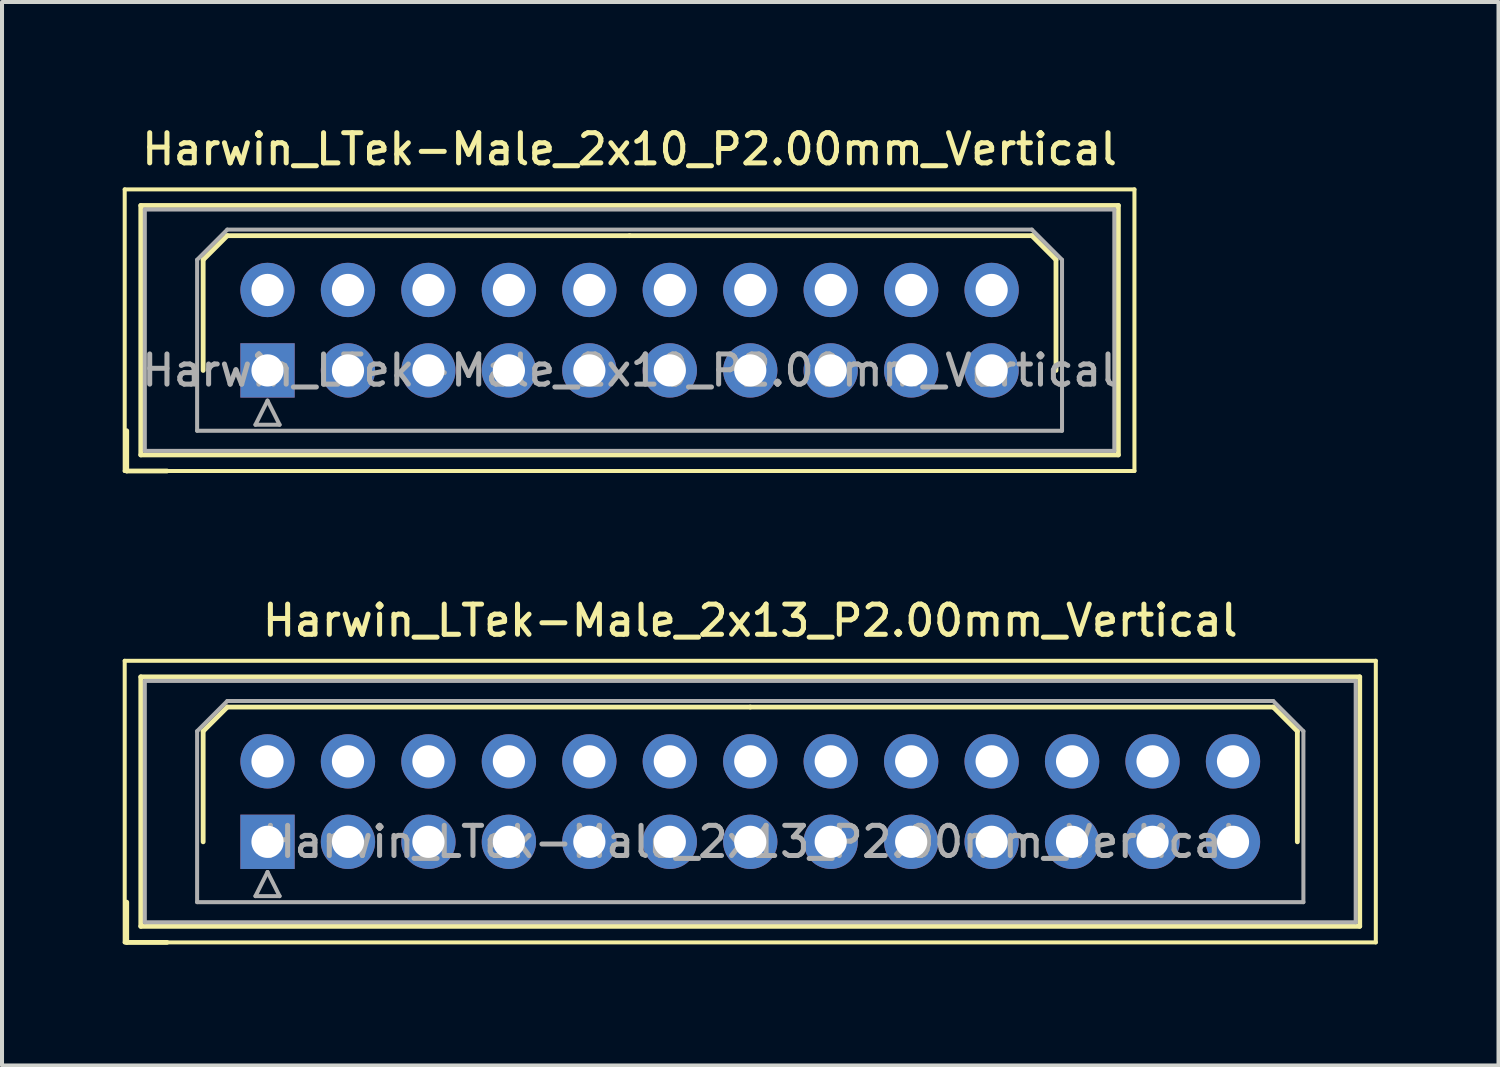
<source format=kicad_pcb>
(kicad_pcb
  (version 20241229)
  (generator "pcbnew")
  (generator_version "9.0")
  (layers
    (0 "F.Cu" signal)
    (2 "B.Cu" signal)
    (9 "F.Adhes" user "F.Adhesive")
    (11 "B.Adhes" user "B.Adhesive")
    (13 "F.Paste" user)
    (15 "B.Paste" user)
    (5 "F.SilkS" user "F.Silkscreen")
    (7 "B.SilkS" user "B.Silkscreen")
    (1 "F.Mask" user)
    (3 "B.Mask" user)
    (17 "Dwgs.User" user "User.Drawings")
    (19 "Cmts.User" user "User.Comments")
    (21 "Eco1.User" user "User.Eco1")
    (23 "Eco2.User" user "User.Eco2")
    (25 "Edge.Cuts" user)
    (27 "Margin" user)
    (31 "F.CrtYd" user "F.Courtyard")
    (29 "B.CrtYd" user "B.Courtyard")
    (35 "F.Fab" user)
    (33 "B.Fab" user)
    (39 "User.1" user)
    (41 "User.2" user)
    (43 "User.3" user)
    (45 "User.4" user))
  (footprint "Harwin_LTek-Male_2x13_P2.00mm_Vertical"
    (layer "F.Cu")
    (at 3.6 17.876)
    (property "Reference" "Harwin_LTek-Male_2x13_P2.00mm_Vertical" (at 12 -5.5 0) (layer "F.SilkS") (effects (font (size 0.75 0.75) (thickness 0.125))))
    (attr through_hole)
    (fp_line (start -3.55 -4.5) (end -3.55 2.5) (stroke (width 0.1) (type solid)) (layer "F.SilkS"))
    (fp_line (start -3.55 2.5) (end 27.55 2.5) (stroke (width 0.1) (type solid)) (layer "F.SilkS"))
    (fp_line (start -3.5 1.5) (end -3.5 2.5) (stroke (width 0.12) (type solid)) (layer "F.SilkS"))
    (fp_line (start -3.5 2.5) (end -2.5 2.5) (stroke (width 0.12) (type solid)) (layer "F.SilkS"))
    (fp_line (start -3.15 -4.1) (end -3.15 2.1) (stroke (width 0.12) (type solid)) (layer "F.SilkS"))
    (fp_line (start -3.15 2.1) (end 27.15 2.1) (stroke (width 0.12) (type solid)) (layer "F.SilkS"))
    (fp_line (start -1.6 -2.75) (end -1 -3.35) (stroke (width 0.12) (type solid)) (layer "F.SilkS"))
    (fp_line (start -1.6 0) (end -1.6 -2.75) (stroke (width 0.12) (type solid)) (layer "F.SilkS"))
    (fp_line (start -1 -3.35) (end 12 -3.35) (stroke (width 0.12) (type solid)) (layer "F.SilkS"))
    (fp_line (start 25 -3.35) (end 12 -3.35) (stroke (width 0.12) (type solid)) (layer "F.SilkS"))
    (fp_line (start 25.6 -2.75) (end 25 -3.35) (stroke (width 0.12) (type solid)) (layer "F.SilkS"))
    (fp_line (start 25.6 0) (end 25.6 -2.75) (stroke (width 0.12) (type solid)) (layer "F.SilkS"))
    (fp_line (start 27.15 -4.1) (end -3.15 -4.1) (stroke (width 0.12) (type solid)) (layer "F.SilkS"))
    (fp_line (start 27.15 2.1) (end 27.15 -4.1) (stroke (width 0.12) (type solid)) (layer "F.SilkS"))
    (fp_line (start 27.55 -4.5) (end -3.55 -4.5) (stroke (width 0.1) (type solid)) (layer "F.SilkS"))
    (fp_line (start 27.55 2.5) (end 27.55 -4.5) (stroke (width 0.1) (type solid)) (layer "F.SilkS"))
    (fp_line (start -3.05 -4) (end -3.05 2) (stroke (width 0.1) (type solid)) (layer "F.Fab"))
    (fp_line (start -3.05 2) (end 27.05 2) (stroke (width 0.1) (type solid)) (layer "F.Fab"))
    (fp_line (start -1.75 -2.75) (end -1 -3.5) (stroke (width 0.1) (type solid)) (layer "F.Fab"))
    (fp_line (start -1.75 1.5) (end -1.75 -2.75) (stroke (width 0.1) (type solid)) (layer "F.Fab"))
    (fp_line (start -1 -3.5) (end 25 -3.5) (stroke (width 0.1) (type solid)) (layer "F.Fab"))
    (fp_line (start -0.3 1.35) (end 0.3 1.35) (stroke (width 0.1) (type solid)) (layer "F.Fab"))
    (fp_line (start 0 0.75) (end -0.3 1.35) (stroke (width 0.1) (type solid)) (layer "F.Fab"))
    (fp_line (start 0.3 1.35) (end 0 0.75) (stroke (width 0.1) (type solid)) (layer "F.Fab"))
    (fp_line (start 25 -3.5) (end 25.75 -2.75) (stroke (width 0.1) (type solid)) (layer "F.Fab"))
    (fp_line (start 25.75 -2.75) (end 25.75 1.5) (stroke (width 0.1) (type solid)) (layer "F.Fab"))
    (fp_line (start 25.75 1.5) (end -1.75 1.5) (stroke (width 0.1) (type solid)) (layer "F.Fab"))
    (fp_line (start 27.05 -4) (end -3.05 -4) (stroke (width 0.1) (type solid)) (layer "F.Fab"))
    (fp_line (start 27.05 2) (end 27.05 -4) (stroke (width 0.1) (type solid)) (layer "F.Fab"))
    (fp_text user "${REFERENCE}" (at 12 0 0) (layer "F.Fab") (effects (font (size 0.75 0.75) (thickness 0.125))))
    (pad "1" thru_hole rect (at 0 0) (size 1.35 1.35) (drill 0.8) (layers "*.Cu" "*.Mask"))
    (pad "2" thru_hole circle (at 0 -2) (size 1.35 1.35) (drill 0.8) (layers "*.Cu" "*.Mask"))
    (pad "3" thru_hole circle (at 2 0) (size 1.35 1.35) (drill 0.8) (layers "*.Cu" "*.Mask"))
    (pad "4" thru_hole circle (at 2 -2) (size 1.35 1.35) (drill 0.8) (layers "*.Cu" "*.Mask"))
    (pad "5" thru_hole circle (at 4 0) (size 1.35 1.35) (drill 0.8) (layers "*.Cu" "*.Mask"))
    (pad "6" thru_hole circle (at 4 -2) (size 1.35 1.35) (drill 0.8) (layers "*.Cu" "*.Mask"))
    (pad "7" thru_hole circle (at 6 0) (size 1.35 1.35) (drill 0.8) (layers "*.Cu" "*.Mask"))
    (pad "8" thru_hole circle (at 6 -2) (size 1.35 1.35) (drill 0.8) (layers "*.Cu" "*.Mask"))
    (pad "9" thru_hole circle (at 8 0) (size 1.35 1.35) (drill 0.8) (layers "*.Cu" "*.Mask"))
    (pad "10" thru_hole circle (at 8 -2) (size 1.35 1.35) (drill 0.8) (layers "*.Cu" "*.Mask"))
    (pad "11" thru_hole circle (at 10 0) (size 1.35 1.35) (drill 0.8) (layers "*.Cu" "*.Mask"))
    (pad "12" thru_hole circle (at 10 -2) (size 1.35 1.35) (drill 0.8) (layers "*.Cu" "*.Mask"))
    (pad "13" thru_hole circle (at 12 0) (size 1.35 1.35) (drill 0.8) (layers "*.Cu" "*.Mask"))
    (pad "14" thru_hole circle (at 12 -2) (size 1.35 1.35) (drill 0.8) (layers "*.Cu" "*.Mask"))
    (pad "15" thru_hole circle (at 14 0) (size 1.35 1.35) (drill 0.8) (layers "*.Cu" "*.Mask"))
    (pad "16" thru_hole circle (at 14 -2) (size 1.35 1.35) (drill 0.8) (layers "*.Cu" "*.Mask"))
    (pad "17" thru_hole circle (at 16 0) (size 1.35 1.35) (drill 0.8) (layers "*.Cu" "*.Mask"))
    (pad "18" thru_hole circle (at 16 -2) (size 1.35 1.35) (drill 0.8) (layers "*.Cu" "*.Mask"))
    (pad "19" thru_hole circle (at 18 0) (size 1.35 1.35) (drill 0.8) (layers "*.Cu" "*.Mask"))
    (pad "20" thru_hole circle (at 18 -2) (size 1.35 1.35) (drill 0.8) (layers "*.Cu" "*.Mask"))
    (pad "21" thru_hole circle (at 20 0) (size 1.35 1.35) (drill 0.8) (layers "*.Cu" "*.Mask"))
    (pad "22" thru_hole circle (at 20 -2) (size 1.35 1.35) (drill 0.8) (layers "*.Cu" "*.Mask"))
    (pad "23" thru_hole circle (at 22 0) (size 1.35 1.35) (drill 0.8) (layers "*.Cu" "*.Mask"))
    (pad "24" thru_hole circle (at 22 -2) (size 1.35 1.35) (drill 0.8) (layers "*.Cu" "*.Mask"))
    (pad "25" thru_hole circle (at 24 0) (size 1.35 1.35) (drill 0.8) (layers "*.Cu" "*.Mask"))
    (pad "26" thru_hole circle (at 24 -2) (size 1.35 1.35) (drill 0.8) (layers "*.Cu" "*.Mask")))
  (footprint "Harwin_LTek-Male_2x10_P2.00mm_Vertical"
    (layer "F.Cu")
    (at 3.6 6.158)
    (property "Reference" "Harwin_LTek-Male_2x10_P2.00mm_Vertical" (at 9 -5.5 0) (layer "F.SilkS") (effects (font (size 0.75 0.75) (thickness 0.125))))
    (attr through_hole)
    (fp_line (start -3.55 -4.5) (end -3.55 2.5) (stroke (width 0.1) (type solid)) (layer "F.SilkS"))
    (fp_line (start -3.55 2.5) (end 21.55 2.5) (stroke (width 0.1) (type solid)) (layer "F.SilkS"))
    (fp_line (start -3.5 1.5) (end -3.5 2.5) (stroke (width 0.12) (type solid)) (layer "F.SilkS"))
    (fp_line (start -3.5 2.5) (end -2.5 2.5) (stroke (width 0.12) (type solid)) (layer "F.SilkS"))
    (fp_line (start -3.15 -4.1) (end -3.15 2.1) (stroke (width 0.12) (type solid)) (layer "F.SilkS"))
    (fp_line (start -3.15 2.1) (end 21.15 2.1) (stroke (width 0.12) (type solid)) (layer "F.SilkS"))
    (fp_line (start -1.6 -2.75) (end -1 -3.35) (stroke (width 0.12) (type solid)) (layer "F.SilkS"))
    (fp_line (start -1.6 0) (end -1.6 -2.75) (stroke (width 0.12) (type solid)) (layer "F.SilkS"))
    (fp_line (start -1 -3.35) (end 9 -3.35) (stroke (width 0.12) (type solid)) (layer "F.SilkS"))
    (fp_line (start 19 -3.35) (end 9 -3.35) (stroke (width 0.12) (type solid)) (layer "F.SilkS"))
    (fp_line (start 19.6 -2.75) (end 19 -3.35) (stroke (width 0.12) (type solid)) (layer "F.SilkS"))
    (fp_line (start 19.6 0) (end 19.6 -2.75) (stroke (width 0.12) (type solid)) (layer "F.SilkS"))
    (fp_line (start 21.15 -4.1) (end -3.15 -4.1) (stroke (width 0.12) (type solid)) (layer "F.SilkS"))
    (fp_line (start 21.15 2.1) (end 21.15 -4.1) (stroke (width 0.12) (type solid)) (layer "F.SilkS"))
    (fp_line (start 21.55 -4.5) (end -3.55 -4.5) (stroke (width 0.1) (type solid)) (layer "F.SilkS"))
    (fp_line (start 21.55 2.5) (end 21.55 -4.5) (stroke (width 0.1) (type solid)) (layer "F.SilkS"))
    (fp_line (start -3.05 -4) (end -3.05 2) (stroke (width 0.1) (type solid)) (layer "F.Fab"))
    (fp_line (start -3.05 2) (end 21.05 2) (stroke (width 0.1) (type solid)) (layer "F.Fab"))
    (fp_line (start -1.75 -2.75) (end -1 -3.5) (stroke (width 0.1) (type solid)) (layer "F.Fab"))
    (fp_line (start -1.75 1.5) (end -1.75 -2.75) (stroke (width 0.1) (type solid)) (layer "F.Fab"))
    (fp_line (start -1 -3.5) (end 19 -3.5) (stroke (width 0.1) (type solid)) (layer "F.Fab"))
    (fp_line (start -0.3 1.35) (end 0.3 1.35) (stroke (width 0.1) (type solid)) (layer "F.Fab"))
    (fp_line (start 0 0.75) (end -0.3 1.35) (stroke (width 0.1) (type solid)) (layer "F.Fab"))
    (fp_line (start 0.3 1.35) (end 0 0.75) (stroke (width 0.1) (type solid)) (layer "F.Fab"))
    (fp_line (start 19 -3.5) (end 19.75 -2.75) (stroke (width 0.1) (type solid)) (layer "F.Fab"))
    (fp_line (start 19.75 -2.75) (end 19.75 1.5) (stroke (width 0.1) (type solid)) (layer "F.Fab"))
    (fp_line (start 19.75 1.5) (end -1.75 1.5) (stroke (width 0.1) (type solid)) (layer "F.Fab"))
    (fp_line (start 21.05 -4) (end -3.05 -4) (stroke (width 0.1) (type solid)) (layer "F.Fab"))
    (fp_line (start 21.05 2) (end 21.05 -4) (stroke (width 0.1) (type solid)) (layer "F.Fab"))
    (fp_text user "${REFERENCE}" (at 9 0 0) (layer "F.Fab") (effects (font (size 0.75 0.75) (thickness 0.125))))
    (pad "1" thru_hole rect (at 0 0) (size 1.35 1.35) (drill 0.8) (layers "*.Cu" "*.Mask"))
    (pad "2" thru_hole circle (at 0 -2) (size 1.35 1.35) (drill 0.8) (layers "*.Cu" "*.Mask"))
    (pad "3" thru_hole circle (at 2 0) (size 1.35 1.35) (drill 0.8) (layers "*.Cu" "*.Mask"))
    (pad "4" thru_hole circle (at 2 -2) (size 1.35 1.35) (drill 0.8) (layers "*.Cu" "*.Mask"))
    (pad "5" thru_hole circle (at 4 0) (size 1.35 1.35) (drill 0.8) (layers "*.Cu" "*.Mask"))
    (pad "6" thru_hole circle (at 4 -2) (size 1.35 1.35) (drill 0.8) (layers "*.Cu" "*.Mask"))
    (pad "7" thru_hole circle (at 6 0) (size 1.35 1.35) (drill 0.8) (layers "*.Cu" "*.Mask"))
    (pad "8" thru_hole circle (at 6 -2) (size 1.35 1.35) (drill 0.8) (layers "*.Cu" "*.Mask"))
    (pad "9" thru_hole circle (at 8 0) (size 1.35 1.35) (drill 0.8) (layers "*.Cu" "*.Mask"))
    (pad "10" thru_hole circle (at 8 -2) (size 1.35 1.35) (drill 0.8) (layers "*.Cu" "*.Mask"))
    (pad "11" thru_hole circle (at 10 0) (size 1.35 1.35) (drill 0.8) (layers "*.Cu" "*.Mask"))
    (pad "12" thru_hole circle (at 10 -2) (size 1.35 1.35) (drill 0.8) (layers "*.Cu" "*.Mask"))
    (pad "13" thru_hole circle (at 12 0) (size 1.35 1.35) (drill 0.8) (layers "*.Cu" "*.Mask"))
    (pad "14" thru_hole circle (at 12 -2) (size 1.35 1.35) (drill 0.8) (layers "*.Cu" "*.Mask"))
    (pad "15" thru_hole circle (at 14 0) (size 1.35 1.35) (drill 0.8) (layers "*.Cu" "*.Mask"))
    (pad "16" thru_hole circle (at 14 -2) (size 1.35 1.35) (drill 0.8) (layers "*.Cu" "*.Mask"))
    (pad "17" thru_hole circle (at 16 0) (size 1.35 1.35) (drill 0.8) (layers "*.Cu" "*.Mask"))
    (pad "18" thru_hole circle (at 16 -2) (size 1.35 1.35) (drill 0.8) (layers "*.Cu" "*.Mask"))
    (pad "19" thru_hole circle (at 18 0) (size 1.35 1.35) (drill 0.8) (layers "*.Cu" "*.Mask"))
    (pad "20" thru_hole circle (at 18 -2) (size 1.35 1.35) (drill 0.8) (layers "*.Cu" "*.Mask")))
  (gr_rect
    (start -3 -3)
    (end 34.2 23.436)
    (stroke (width 0.1) (type default))
    (fill no)
    (layer "Edge.Cuts")))
</source>
